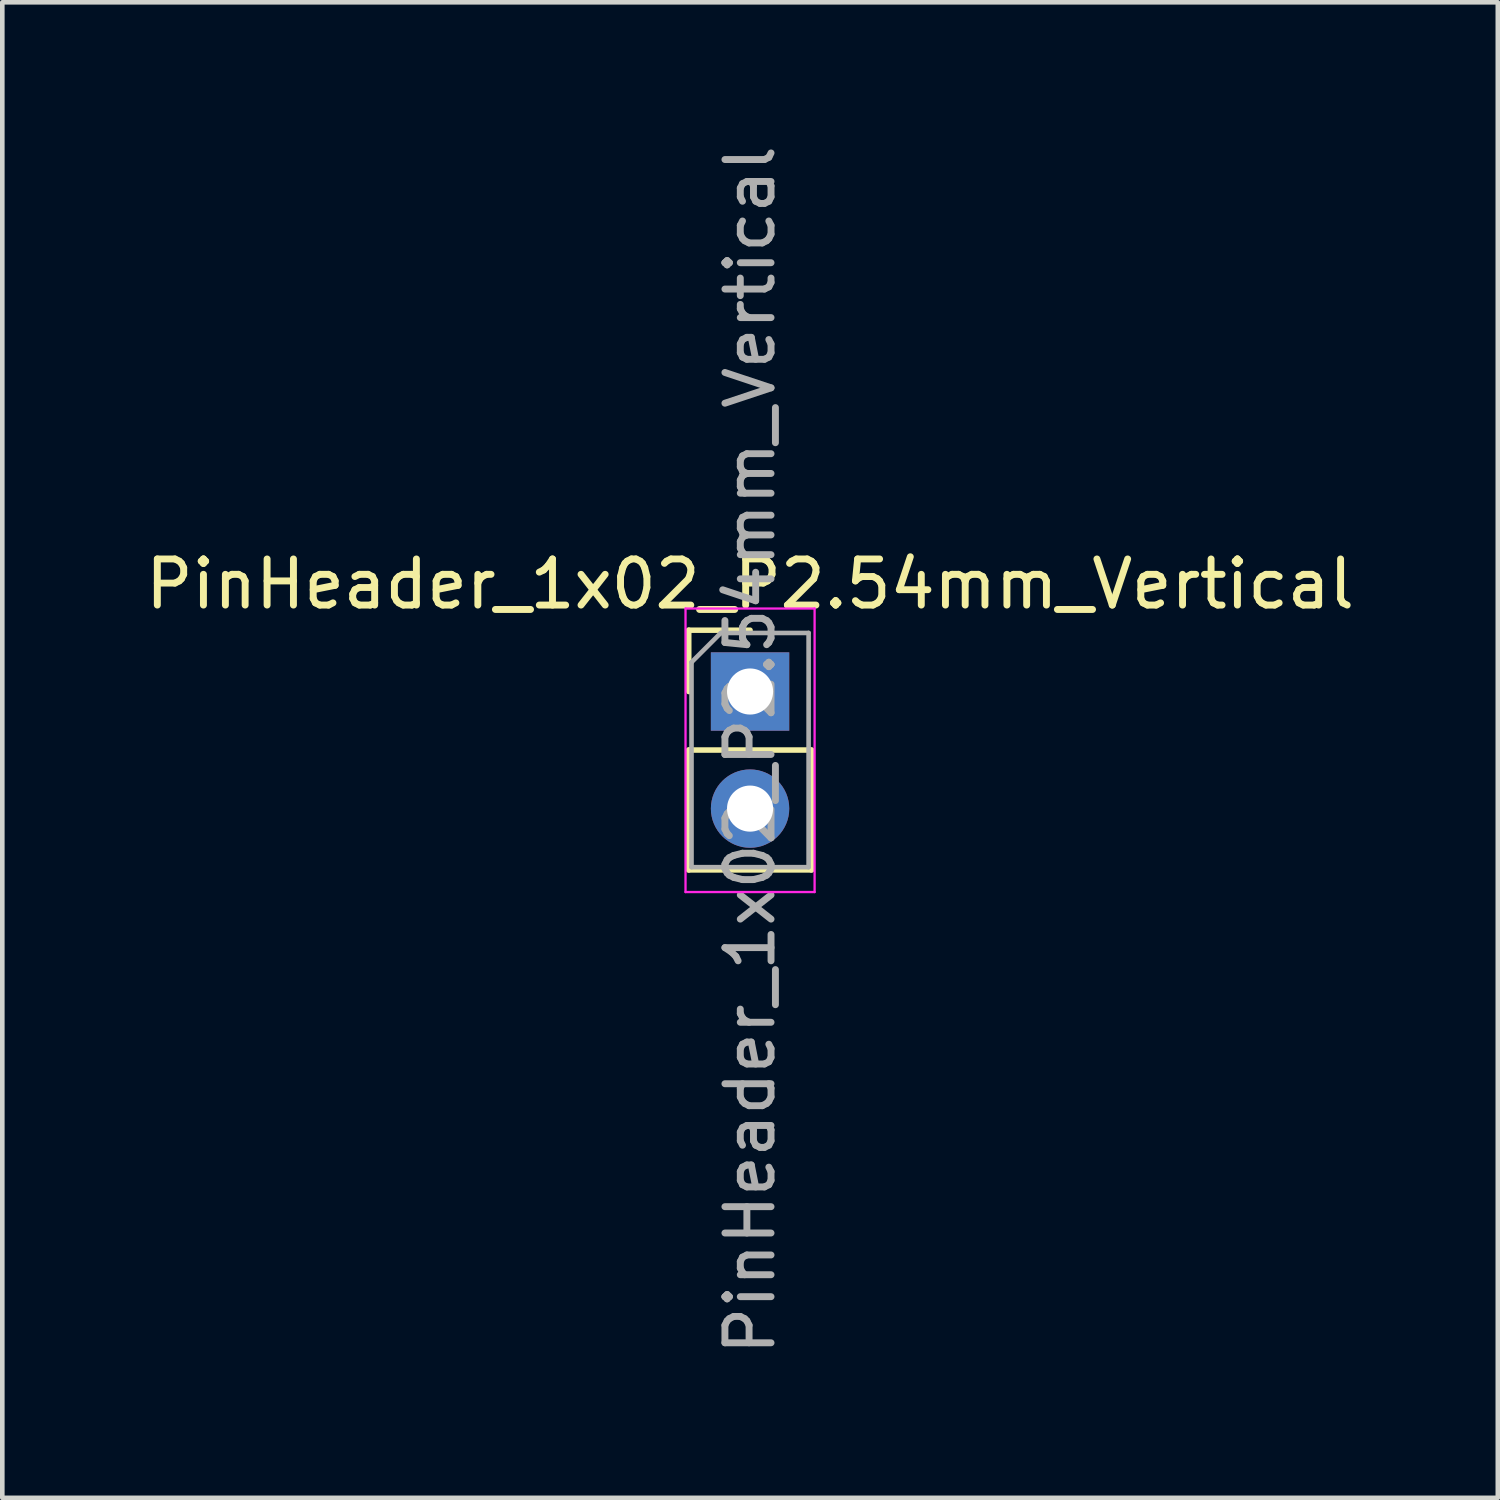
<source format=kicad_pcb>
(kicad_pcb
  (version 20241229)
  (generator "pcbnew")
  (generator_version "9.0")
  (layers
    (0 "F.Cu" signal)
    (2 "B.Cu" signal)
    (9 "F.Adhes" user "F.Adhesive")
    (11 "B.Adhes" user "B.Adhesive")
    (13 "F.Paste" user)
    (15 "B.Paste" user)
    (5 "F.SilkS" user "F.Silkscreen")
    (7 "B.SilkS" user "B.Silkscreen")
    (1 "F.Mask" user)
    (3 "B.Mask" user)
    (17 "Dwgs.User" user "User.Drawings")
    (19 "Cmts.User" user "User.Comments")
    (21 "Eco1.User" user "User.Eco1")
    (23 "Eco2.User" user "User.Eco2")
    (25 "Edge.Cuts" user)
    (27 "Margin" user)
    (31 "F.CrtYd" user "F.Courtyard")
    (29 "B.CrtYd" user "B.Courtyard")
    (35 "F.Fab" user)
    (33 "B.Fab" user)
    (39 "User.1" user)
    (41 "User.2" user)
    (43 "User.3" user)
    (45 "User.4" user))
  (footprint "PinHeader_1x02_P2.54mm_Vertical"
    (layer "F.Cu")
    (at 13.22 11.95)
    (property "Reference" "PinHeader_1x02_P2.54mm_Vertical" (at 0 -2.33 0) (layer "F.SilkS") (effects (font (size 1 1) (thickness 0.15))))
    (attr through_hole)
    (fp_line (start -1.33 -1.33) (end 0 -1.33) (stroke (width 0.12) (type solid)) (layer "F.SilkS"))
    (fp_line (start -1.33 0) (end -1.33 -1.33) (stroke (width 0.12) (type solid)) (layer "F.SilkS"))
    (fp_line (start -1.33 1.27) (end -1.33 3.87) (stroke (width 0.12) (type solid)) (layer "F.SilkS"))
    (fp_line (start -1.33 1.27) (end 1.33 1.27) (stroke (width 0.12) (type solid)) (layer "F.SilkS"))
    (fp_line (start -1.33 3.87) (end 1.33 3.87) (stroke (width 0.12) (type solid)) (layer "F.SilkS"))
    (fp_line (start 1.33 1.27) (end 1.33 3.87) (stroke (width 0.12) (type solid)) (layer "F.SilkS"))
    (fp_line (start -1.4 -1.8) (end -1.4 4.35) (stroke (width 0.05) (type solid)) (layer "F.CrtYd"))
    (fp_line (start -1.4 4.35) (end 1.4 4.35) (stroke (width 0.05) (type solid)) (layer "F.CrtYd"))
    (fp_line (start 1.4 -1.8) (end -1.4 -1.8) (stroke (width 0.05) (type solid)) (layer "F.CrtYd"))
    (fp_line (start 1.4 4.35) (end 1.4 -1.8) (stroke (width 0.05) (type solid)) (layer "F.CrtYd"))
    (fp_line (start -1.27 -0.635) (end -0.635 -1.27) (stroke (width 0.1) (type solid)) (layer "F.Fab"))
    (fp_line (start -1.27 3.81) (end -1.27 -0.635) (stroke (width 0.1) (type solid)) (layer "F.Fab"))
    (fp_line (start -0.635 -1.27) (end 1.27 -1.27) (stroke (width 0.1) (type solid)) (layer "F.Fab"))
    (fp_line (start 1.27 -1.27) (end 1.27 3.81) (stroke (width 0.1) (type solid)) (layer "F.Fab"))
    (fp_line (start 1.27 3.81) (end -1.27 3.81) (stroke (width 0.1) (type solid)) (layer "F.Fab"))
    (fp_text user "${REFERENCE}" (at 0 1.27 90) (layer "F.Fab") (effects (font (size 1 1) (thickness 0.15))))
    (pad "1" thru_hole rect (at 0 0) (size 1.7 1.7) (drill 1) (layers "*.Cu" "*.Mask"))
    (pad "2" thru_hole oval (at 0 2.54) (size 1.7 1.7) (drill 1) (layers "*.Cu" "*.Mask")))
  (gr_rect
    (start -3 -3)
    (end 29.44 29.44)
    (stroke (width 0.1) (type default))
    (fill no)
    (layer "Edge.Cuts")))
</source>
